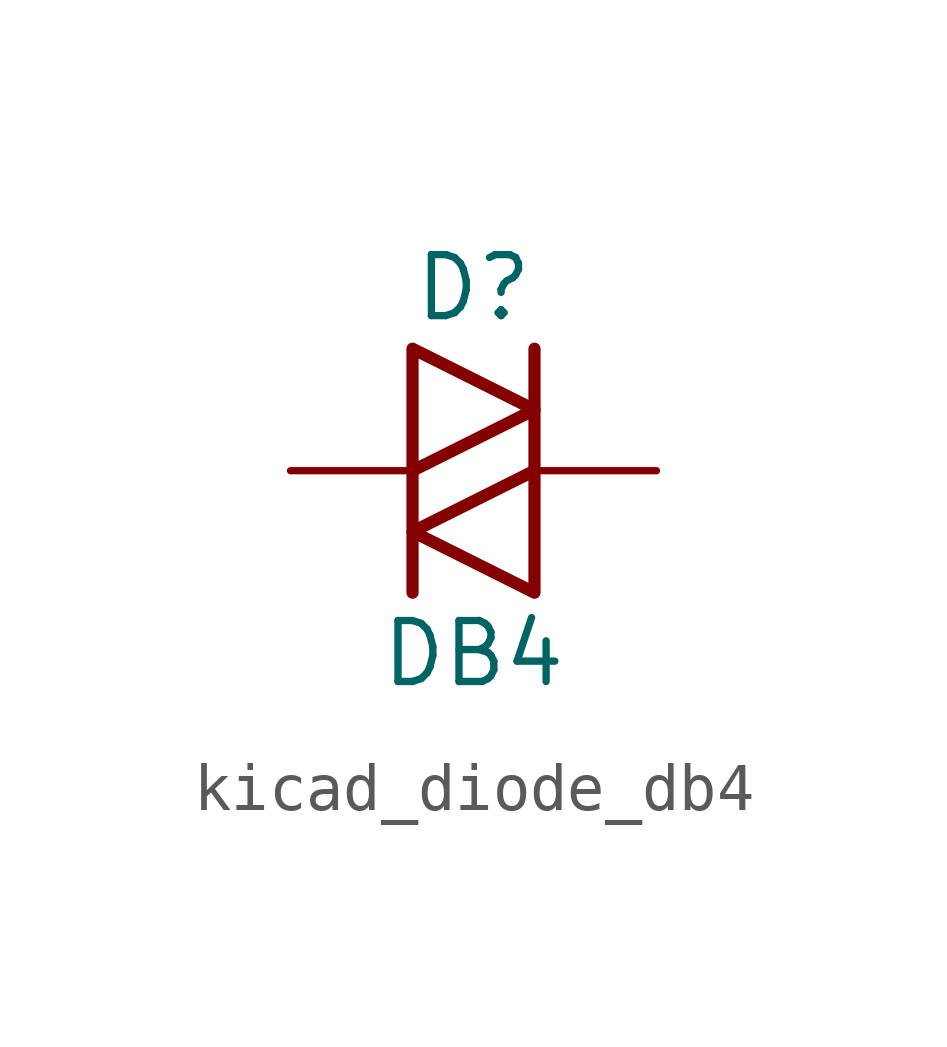
<source format=kicad_sym>
(kicad_symbol_lib
  (version 20220914)
  (generator kicad_symbol_editor)
  (symbol "kicad_diode_db4"
    (pin_numbers hide)
    (pin_names
      (offset 1.016) hide)
    (property "Reference" "D"
      (at 0 3.81 0)
      (effects (font (size 1.27 1.27))))
    (property "Value" "DB4"
      (at 0 -3.81 0)
      (effects (font (size 1.27 1.27))))
    (symbol "kicad_diode_db4_0_1"
      (polyline (pts (xy -1.27 0) (xy -1.27 -2.54)) (stroke (width 0.254) (type default)) (fill (type none)))
      (polyline (pts (xy 1.27 2.54) (xy 1.27 0)) (stroke (width 0.254) (type default)) (fill (type none)))
      (polyline (pts (xy -1.27 2.54) (xy -1.27 0) (xy 1.27 1.27) (xy -1.27 2.54)) (stroke (width 0.254) (type default)) (fill (type none)))
      (polyline (pts (xy 1.27 0) (xy 1.27 -2.54) (xy -1.27 -1.27) (xy 1.27 0)) (stroke (width 0.254) (type default)) (fill (type none))))
    (symbol "kicad_diode_db4_1_1"
      (pin passive line (at -3.81 0 0) (length 2.54) (name "K" (effects (font (size 1.27 1.27)))) (number "1" (effects (font (size 1.27 1.27)))))
      (pin passive line (at 3.81 0 180) (length 2.54) (name "A" (effects (font (size 1.27 1.27)))) (number "2" (effects (font (size 1.27 1.27))))))))
</source>
